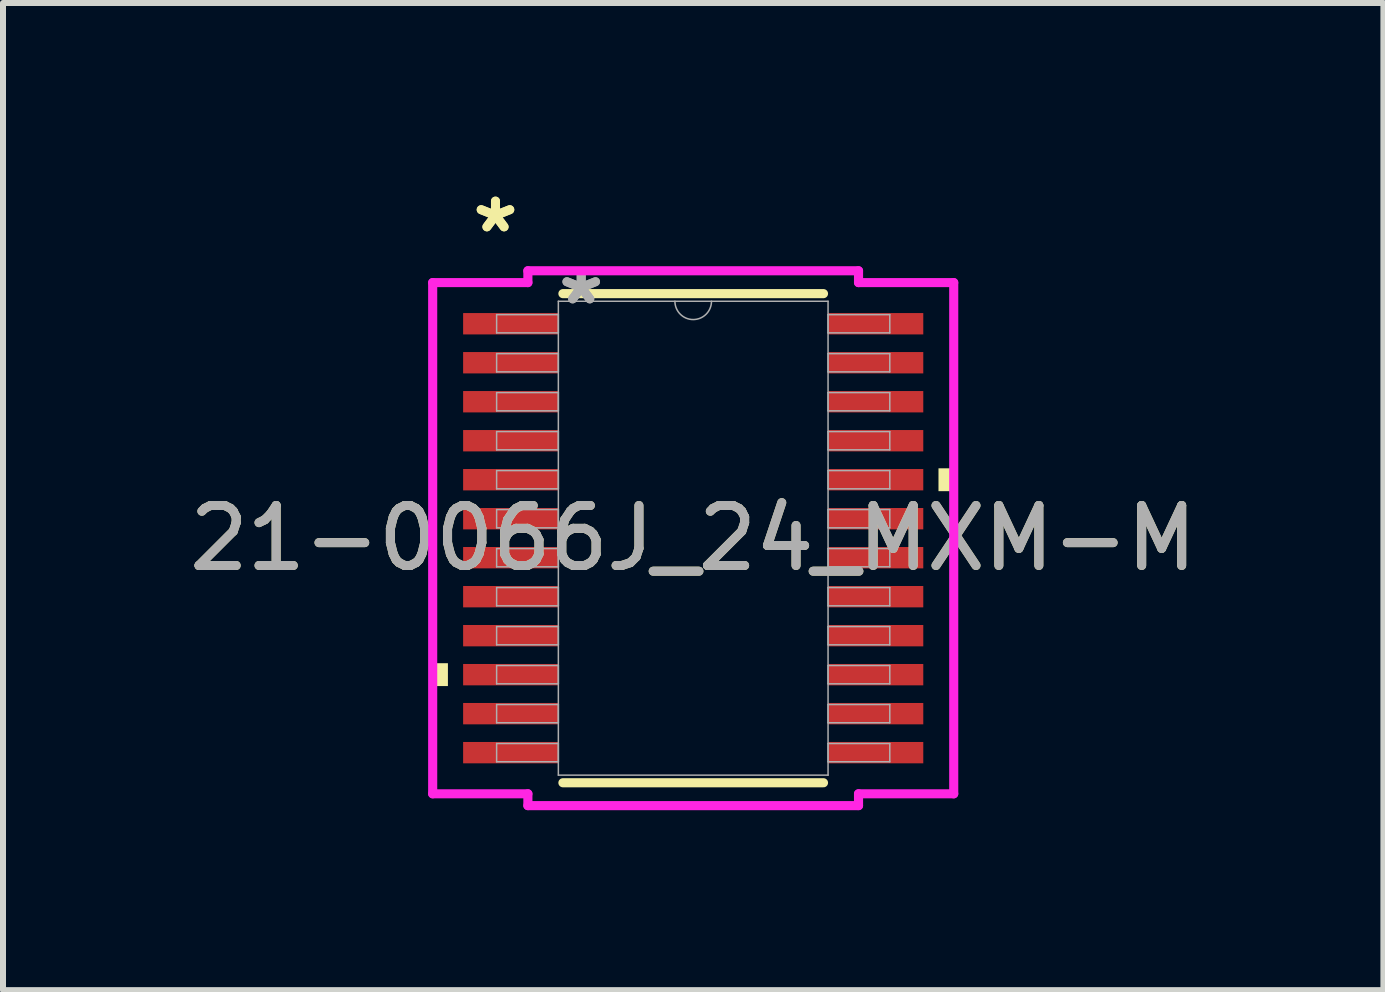
<source format=kicad_pcb>
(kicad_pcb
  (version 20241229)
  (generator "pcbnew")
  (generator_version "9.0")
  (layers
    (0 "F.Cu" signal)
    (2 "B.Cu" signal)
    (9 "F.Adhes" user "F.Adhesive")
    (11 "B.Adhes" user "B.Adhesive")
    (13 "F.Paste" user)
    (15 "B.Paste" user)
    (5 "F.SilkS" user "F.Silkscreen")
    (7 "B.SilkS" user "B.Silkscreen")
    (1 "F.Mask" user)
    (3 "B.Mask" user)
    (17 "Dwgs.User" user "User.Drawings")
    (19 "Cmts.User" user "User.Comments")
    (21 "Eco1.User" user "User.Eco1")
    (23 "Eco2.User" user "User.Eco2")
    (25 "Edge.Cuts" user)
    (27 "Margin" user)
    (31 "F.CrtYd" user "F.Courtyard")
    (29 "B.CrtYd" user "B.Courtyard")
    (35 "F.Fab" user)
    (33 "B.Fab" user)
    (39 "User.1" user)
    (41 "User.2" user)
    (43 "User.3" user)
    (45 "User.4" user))
  (footprint "21-0066J_24_MXM-M"
    (layer "F.Cu")
    (at 8.506 5.922)
    (property "Reference" "21-0066J_24_MXM-M" (at 0 0 0) (unlocked yes) (layer "F.SilkS") (effects (font (size 1 1) (thickness 0.15))))
    (attr smd)
    (fp_line (start -2.172 4.077) (end 2.172 4.077) (stroke (width 0.152) (type solid)) (layer "F.SilkS"))
    (fp_line (start 2.172 -4.077) (end -2.172 -4.077) (stroke (width 0.152) (type solid)) (layer "F.SilkS"))
    (fp_poly (pts (xy -4.343 2.084) (xy -4.343 2.465) (xy -4.089 2.465) (xy -4.089 2.084)) (stroke (width 0) (type solid)) (fill yes) (layer "F.SilkS"))
    (fp_poly (pts (xy 4.343 -1.165) (xy 4.343 -0.784) (xy 4.089 -0.784) (xy 4.089 -1.165)) (stroke (width 0) (type solid)) (fill yes) (layer "F.SilkS"))
    (fp_line (start -4.343 -4.261) (end -2.756 -4.261) (stroke (width 0.152) (type solid)) (layer "F.CrtYd"))
    (fp_line (start -4.343 4.261) (end -4.343 -4.261) (stroke (width 0.152) (type solid)) (layer "F.CrtYd"))
    (fp_line (start -4.343 4.261) (end -2.756 4.261) (stroke (width 0.152) (type solid)) (layer "F.CrtYd"))
    (fp_line (start -2.756 -4.458) (end 2.756 -4.458) (stroke (width 0.152) (type solid)) (layer "F.CrtYd"))
    (fp_line (start -2.756 -4.261) (end -2.756 -4.458) (stroke (width 0.152) (type solid)) (layer "F.CrtYd"))
    (fp_line (start -2.756 4.458) (end -2.756 4.261) (stroke (width 0.152) (type solid)) (layer "F.CrtYd"))
    (fp_line (start 2.756 -4.458) (end 2.756 -4.261) (stroke (width 0.152) (type solid)) (layer "F.CrtYd"))
    (fp_line (start 2.756 4.261) (end 2.756 4.458) (stroke (width 0.152) (type solid)) (layer "F.CrtYd"))
    (fp_line (start 2.756 4.458) (end -2.756 4.458) (stroke (width 0.152) (type solid)) (layer "F.CrtYd"))
    (fp_line (start 4.343 -4.261) (end 2.756 -4.261) (stroke (width 0.152) (type solid)) (layer "F.CrtYd"))
    (fp_line (start 4.343 -4.261) (end 4.343 4.261) (stroke (width 0.152) (type solid)) (layer "F.CrtYd"))
    (fp_line (start 4.343 4.261) (end 2.756 4.261) (stroke (width 0.152) (type solid)) (layer "F.CrtYd"))
    (fp_line (start -3.277 -3.727) (end -3.277 -3.423) (stroke (width 0.025) (type solid)) (layer "F.Fab"))
    (fp_line (start -3.277 -3.423) (end -2.248 -3.423) (stroke (width 0.025) (type solid)) (layer "F.Fab"))
    (fp_line (start -3.277 -3.077) (end -3.277 -2.773) (stroke (width 0.025) (type solid)) (layer "F.Fab"))
    (fp_line (start -3.277 -2.773) (end -2.248 -2.773) (stroke (width 0.025) (type solid)) (layer "F.Fab"))
    (fp_line (start -3.277 -2.427) (end -3.277 -2.123) (stroke (width 0.025) (type solid)) (layer "F.Fab"))
    (fp_line (start -3.277 -2.123) (end -2.248 -2.123) (stroke (width 0.025) (type solid)) (layer "F.Fab"))
    (fp_line (start -3.277 -1.777) (end -3.277 -1.473) (stroke (width 0.025) (type solid)) (layer "F.Fab"))
    (fp_line (start -3.277 -1.473) (end -2.248 -1.473) (stroke (width 0.025) (type solid)) (layer "F.Fab"))
    (fp_line (start -3.277 -1.127) (end -3.277 -0.823) (stroke (width 0.025) (type solid)) (layer "F.Fab"))
    (fp_line (start -3.277 -0.823) (end -2.248 -0.823) (stroke (width 0.025) (type solid)) (layer "F.Fab"))
    (fp_line (start -3.277 -0.477) (end -3.277 -0.173) (stroke (width 0.025) (type solid)) (layer "F.Fab"))
    (fp_line (start -3.277 -0.173) (end -2.248 -0.173) (stroke (width 0.025) (type solid)) (layer "F.Fab"))
    (fp_line (start -3.277 0.173) (end -3.277 0.477) (stroke (width 0.025) (type solid)) (layer "F.Fab"))
    (fp_line (start -3.277 0.477) (end -2.248 0.477) (stroke (width 0.025) (type solid)) (layer "F.Fab"))
    (fp_line (start -3.277 0.823) (end -3.277 1.127) (stroke (width 0.025) (type solid)) (layer "F.Fab"))
    (fp_line (start -3.277 1.127) (end -2.248 1.127) (stroke (width 0.025) (type solid)) (layer "F.Fab"))
    (fp_line (start -3.277 1.473) (end -3.277 1.777) (stroke (width 0.025) (type solid)) (layer "F.Fab"))
    (fp_line (start -3.277 1.777) (end -2.248 1.777) (stroke (width 0.025) (type solid)) (layer "F.Fab"))
    (fp_line (start -3.277 2.123) (end -3.277 2.427) (stroke (width 0.025) (type solid)) (layer "F.Fab"))
    (fp_line (start -3.277 2.427) (end -2.248 2.427) (stroke (width 0.025) (type solid)) (layer "F.Fab"))
    (fp_line (start -3.277 2.773) (end -3.277 3.077) (stroke (width 0.025) (type solid)) (layer "F.Fab"))
    (fp_line (start -3.277 3.077) (end -2.248 3.077) (stroke (width 0.025) (type solid)) (layer "F.Fab"))
    (fp_line (start -3.277 3.423) (end -3.277 3.727) (stroke (width 0.025) (type solid)) (layer "F.Fab"))
    (fp_line (start -3.277 3.727) (end -2.248 3.727) (stroke (width 0.025) (type solid)) (layer "F.Fab"))
    (fp_line (start -2.248 -3.95) (end -2.248 3.95) (stroke (width 0.025) (type solid)) (layer "F.Fab"))
    (fp_line (start -2.248 -3.727) (end -3.277 -3.727) (stroke (width 0.025) (type solid)) (layer "F.Fab"))
    (fp_line (start -2.248 -3.423) (end -2.248 -3.727) (stroke (width 0.025) (type solid)) (layer "F.Fab"))
    (fp_line (start -2.248 -3.077) (end -3.277 -3.077) (stroke (width 0.025) (type solid)) (layer "F.Fab"))
    (fp_line (start -2.248 -2.773) (end -2.248 -3.077) (stroke (width 0.025) (type solid)) (layer "F.Fab"))
    (fp_line (start -2.248 -2.427) (end -3.277 -2.427) (stroke (width 0.025) (type solid)) (layer "F.Fab"))
    (fp_line (start -2.248 -2.123) (end -2.248 -2.427) (stroke (width 0.025) (type solid)) (layer "F.Fab"))
    (fp_line (start -2.248 -1.777) (end -3.277 -1.777) (stroke (width 0.025) (type solid)) (layer "F.Fab"))
    (fp_line (start -2.248 -1.473) (end -2.248 -1.777) (stroke (width 0.025) (type solid)) (layer "F.Fab"))
    (fp_line (start -2.248 -1.127) (end -3.277 -1.127) (stroke (width 0.025) (type solid)) (layer "F.Fab"))
    (fp_line (start -2.248 -0.823) (end -2.248 -1.127) (stroke (width 0.025) (type solid)) (layer "F.Fab"))
    (fp_line (start -2.248 -0.477) (end -3.277 -0.477) (stroke (width 0.025) (type solid)) (layer "F.Fab"))
    (fp_line (start -2.248 -0.173) (end -2.248 -0.477) (stroke (width 0.025) (type solid)) (layer "F.Fab"))
    (fp_line (start -2.248 0.173) (end -3.277 0.173) (stroke (width 0.025) (type solid)) (layer "F.Fab"))
    (fp_line (start -2.248 0.477) (end -2.248 0.173) (stroke (width 0.025) (type solid)) (layer "F.Fab"))
    (fp_line (start -2.248 0.823) (end -3.277 0.823) (stroke (width 0.025) (type solid)) (layer "F.Fab"))
    (fp_line (start -2.248 1.127) (end -2.248 0.823) (stroke (width 0.025) (type solid)) (layer "F.Fab"))
    (fp_line (start -2.248 1.473) (end -3.277 1.473) (stroke (width 0.025) (type solid)) (layer "F.Fab"))
    (fp_line (start -2.248 1.777) (end -2.248 1.473) (stroke (width 0.025) (type solid)) (layer "F.Fab"))
    (fp_line (start -2.248 2.123) (end -3.277 2.123) (stroke (width 0.025) (type solid)) (layer "F.Fab"))
    (fp_line (start -2.248 2.427) (end -2.248 2.123) (stroke (width 0.025) (type solid)) (layer "F.Fab"))
    (fp_line (start -2.248 2.773) (end -3.277 2.773) (stroke (width 0.025) (type solid)) (layer "F.Fab"))
    (fp_line (start -2.248 3.077) (end -2.248 2.773) (stroke (width 0.025) (type solid)) (layer "F.Fab"))
    (fp_line (start -2.248 3.423) (end -3.277 3.423) (stroke (width 0.025) (type solid)) (layer "F.Fab"))
    (fp_line (start -2.248 3.727) (end -2.248 3.423) (stroke (width 0.025) (type solid)) (layer "F.Fab"))
    (fp_line (start -2.248 3.95) (end 2.248 3.95) (stroke (width 0.025) (type solid)) (layer "F.Fab"))
    (fp_line (start 2.248 -3.95) (end -2.248 -3.95) (stroke (width 0.025) (type solid)) (layer "F.Fab"))
    (fp_line (start 2.248 -3.727) (end 2.248 -3.423) (stroke (width 0.025) (type solid)) (layer "F.Fab"))
    (fp_line (start 2.248 -3.423) (end 3.277 -3.423) (stroke (width 0.025) (type solid)) (layer "F.Fab"))
    (fp_line (start 2.248 -3.077) (end 2.248 -2.773) (stroke (width 0.025) (type solid)) (layer "F.Fab"))
    (fp_line (start 2.248 -2.773) (end 3.277 -2.773) (stroke (width 0.025) (type solid)) (layer "F.Fab"))
    (fp_line (start 2.248 -2.427) (end 2.248 -2.123) (stroke (width 0.025) (type solid)) (layer "F.Fab"))
    (fp_line (start 2.248 -2.123) (end 3.277 -2.123) (stroke (width 0.025) (type solid)) (layer "F.Fab"))
    (fp_line (start 2.248 -1.777) (end 2.248 -1.473) (stroke (width 0.025) (type solid)) (layer "F.Fab"))
    (fp_line (start 2.248 -1.473) (end 3.277 -1.473) (stroke (width 0.025) (type solid)) (layer "F.Fab"))
    (fp_line (start 2.248 -1.127) (end 2.248 -0.823) (stroke (width 0.025) (type solid)) (layer "F.Fab"))
    (fp_line (start 2.248 -0.823) (end 3.277 -0.823) (stroke (width 0.025) (type solid)) (layer "F.Fab"))
    (fp_line (start 2.248 -0.477) (end 2.248 -0.173) (stroke (width 0.025) (type solid)) (layer "F.Fab"))
    (fp_line (start 2.248 -0.173) (end 3.277 -0.173) (stroke (width 0.025) (type solid)) (layer "F.Fab"))
    (fp_line (start 2.248 0.173) (end 2.248 0.477) (stroke (width 0.025) (type solid)) (layer "F.Fab"))
    (fp_line (start 2.248 0.477) (end 3.277 0.477) (stroke (width 0.025) (type solid)) (layer "F.Fab"))
    (fp_line (start 2.248 0.823) (end 2.248 1.127) (stroke (width 0.025) (type solid)) (layer "F.Fab"))
    (fp_line (start 2.248 1.127) (end 3.277 1.127) (stroke (width 0.025) (type solid)) (layer "F.Fab"))
    (fp_line (start 2.248 1.473) (end 2.248 1.777) (stroke (width 0.025) (type solid)) (layer "F.Fab"))
    (fp_line (start 2.248 1.777) (end 3.277 1.777) (stroke (width 0.025) (type solid)) (layer "F.Fab"))
    (fp_line (start 2.248 2.123) (end 2.248 2.427) (stroke (width 0.025) (type solid)) (layer "F.Fab"))
    (fp_line (start 2.248 2.427) (end 3.277 2.427) (stroke (width 0.025) (type solid)) (layer "F.Fab"))
    (fp_line (start 2.248 2.773) (end 2.248 3.077) (stroke (width 0.025) (type solid)) (layer "F.Fab"))
    (fp_line (start 2.248 3.077) (end 3.277 3.077) (stroke (width 0.025) (type solid)) (layer "F.Fab"))
    (fp_line (start 2.248 3.423) (end 2.248 3.727) (stroke (width 0.025) (type solid)) (layer "F.Fab"))
    (fp_line (start 2.248 3.727) (end 3.277 3.727) (stroke (width 0.025) (type solid)) (layer "F.Fab"))
    (fp_line (start 2.248 3.95) (end 2.248 -3.95) (stroke (width 0.025) (type solid)) (layer "F.Fab"))
    (fp_line (start 3.277 -3.727) (end 2.248 -3.727) (stroke (width 0.025) (type solid)) (layer "F.Fab"))
    (fp_line (start 3.277 -3.423) (end 3.277 -3.727) (stroke (width 0.025) (type solid)) (layer "F.Fab"))
    (fp_line (start 3.277 -3.077) (end 2.248 -3.077) (stroke (width 0.025) (type solid)) (layer "F.Fab"))
    (fp_line (start 3.277 -2.773) (end 3.277 -3.077) (stroke (width 0.025) (type solid)) (layer "F.Fab"))
    (fp_line (start 3.277 -2.427) (end 2.248 -2.427) (stroke (width 0.025) (type solid)) (layer "F.Fab"))
    (fp_line (start 3.277 -2.123) (end 3.277 -2.427) (stroke (width 0.025) (type solid)) (layer "F.Fab"))
    (fp_line (start 3.277 -1.777) (end 2.248 -1.777) (stroke (width 0.025) (type solid)) (layer "F.Fab"))
    (fp_line (start 3.277 -1.473) (end 3.277 -1.777) (stroke (width 0.025) (type solid)) (layer "F.Fab"))
    (fp_line (start 3.277 -1.127) (end 2.248 -1.127) (stroke (width 0.025) (type solid)) (layer "F.Fab"))
    (fp_line (start 3.277 -0.823) (end 3.277 -1.127) (stroke (width 0.025) (type solid)) (layer "F.Fab"))
    (fp_line (start 3.277 -0.477) (end 2.248 -0.477) (stroke (width 0.025) (type solid)) (layer "F.Fab"))
    (fp_line (start 3.277 -0.173) (end 3.277 -0.477) (stroke (width 0.025) (type solid)) (layer "F.Fab"))
    (fp_line (start 3.277 0.173) (end 2.248 0.173) (stroke (width 0.025) (type solid)) (layer "F.Fab"))
    (fp_line (start 3.277 0.477) (end 3.277 0.173) (stroke (width 0.025) (type solid)) (layer "F.Fab"))
    (fp_line (start 3.277 0.823) (end 2.248 0.823) (stroke (width 0.025) (type solid)) (layer "F.Fab"))
    (fp_line (start 3.277 1.127) (end 3.277 0.823) (stroke (width 0.025) (type solid)) (layer "F.Fab"))
    (fp_line (start 3.277 1.473) (end 2.248 1.473) (stroke (width 0.025) (type solid)) (layer "F.Fab"))
    (fp_line (start 3.277 1.777) (end 3.277 1.473) (stroke (width 0.025) (type solid)) (layer "F.Fab"))
    (fp_line (start 3.277 2.123) (end 2.248 2.123) (stroke (width 0.025) (type solid)) (layer "F.Fab"))
    (fp_line (start 3.277 2.427) (end 3.277 2.123) (stroke (width 0.025) (type solid)) (layer "F.Fab"))
    (fp_line (start 3.277 2.773) (end 2.248 2.773) (stroke (width 0.025) (type solid)) (layer "F.Fab"))
    (fp_line (start 3.277 3.077) (end 3.277 2.773) (stroke (width 0.025) (type solid)) (layer "F.Fab"))
    (fp_line (start 3.277 3.423) (end 2.248 3.423) (stroke (width 0.025) (type solid)) (layer "F.Fab"))
    (fp_line (start 3.277 3.727) (end 3.277 3.423) (stroke (width 0.025) (type solid)) (layer "F.Fab"))
    (fp_arc (start 0.3048 -3.9497) (mid 0 -3.6449) (end -0.3048 -3.9497) (stroke (width 0.0254) (type solid)) (layer "F.Fab"))
    (fp_text user "*" (at -3.296 -5.074 0) (layer "F.SilkS") (effects (font (size 1 1) (thickness 0.15))))
    (fp_text user "*" (at -3.296 -5.074 0) (unlocked yes) (layer "F.SilkS") (effects (font (size 1 1) (thickness 0.15))))
    (fp_text user "*" (at -1.867 -3.873 0) (layer "F.Fab") (effects (font (size 1 1) (thickness 0.15))))
    (fp_text user "*" (at -1.867 -3.873 0) (unlocked yes) (layer "F.Fab") (effects (font (size 1 1) (thickness 0.15))))
    (fp_text user "${REFERENCE}" (at 0 0 0) (unlocked yes) (layer "F.Fab") (effects (font (size 1 1) (thickness 0.15))))
    (pad "1" smd rect (at -3.042 -3.575) (size 1.587 0.356) (layers "F.Cu" "F.Mask" "F.Paste"))
    (pad "2" smd rect (at -3.042 -2.925) (size 1.587 0.356) (layers "F.Cu" "F.Mask" "F.Paste"))
    (pad "3" smd rect (at -3.042 -2.275) (size 1.587 0.356) (layers "F.Cu" "F.Mask" "F.Paste"))
    (pad "4" smd rect (at -3.042 -1.625) (size 1.587 0.356) (layers "F.Cu" "F.Mask" "F.Paste"))
    (pad "5" smd rect (at -3.042 -0.975) (size 1.587 0.356) (layers "F.Cu" "F.Mask" "F.Paste"))
    (pad "6" smd rect (at -3.042 -0.325) (size 1.587 0.356) (layers "F.Cu" "F.Mask" "F.Paste"))
    (pad "7" smd rect (at -3.042 0.325) (size 1.587 0.356) (layers "F.Cu" "F.Mask" "F.Paste"))
    (pad "8" smd rect (at -3.042 0.975) (size 1.587 0.356) (layers "F.Cu" "F.Mask" "F.Paste"))
    (pad "9" smd rect (at -3.042 1.625) (size 1.587 0.356) (layers "F.Cu" "F.Mask" "F.Paste"))
    (pad "10" smd rect (at -3.042 2.275) (size 1.587 0.356) (layers "F.Cu" "F.Mask" "F.Paste"))
    (pad "11" smd rect (at -3.042 2.925) (size 1.587 0.356) (layers "F.Cu" "F.Mask" "F.Paste"))
    (pad "12" smd rect (at -3.042 3.575) (size 1.587 0.356) (layers "F.Cu" "F.Mask" "F.Paste"))
    (pad "13" smd rect (at 3.042 3.575) (size 1.587 0.356) (layers "F.Cu" "F.Mask" "F.Paste"))
    (pad "14" smd rect (at 3.042 2.925) (size 1.587 0.356) (layers "F.Cu" "F.Mask" "F.Paste"))
    (pad "15" smd rect (at 3.042 2.275) (size 1.587 0.356) (layers "F.Cu" "F.Mask" "F.Paste"))
    (pad "16" smd rect (at 3.042 1.625) (size 1.587 0.356) (layers "F.Cu" "F.Mask" "F.Paste"))
    (pad "17" smd rect (at 3.042 0.975) (size 1.587 0.356) (layers "F.Cu" "F.Mask" "F.Paste"))
    (pad "18" smd rect (at 3.042 0.325) (size 1.587 0.356) (layers "F.Cu" "F.Mask" "F.Paste"))
    (pad "19" smd rect (at 3.042 -0.325) (size 1.587 0.356) (layers "F.Cu" "F.Mask" "F.Paste"))
    (pad "20" smd rect (at 3.042 -0.975) (size 1.587 0.356) (layers "F.Cu" "F.Mask" "F.Paste"))
    (pad "21" smd rect (at 3.042 -1.625) (size 1.587 0.356) (layers "F.Cu" "F.Mask" "F.Paste"))
    (pad "22" smd rect (at 3.042 -2.275) (size 1.587 0.356) (layers "F.Cu" "F.Mask" "F.Paste"))
    (pad "23" smd rect (at 3.042 -2.925) (size 1.587 0.356) (layers "F.Cu" "F.Mask" "F.Paste"))
    (pad "24" smd rect (at 3.042 -3.575) (size 1.587 0.356) (layers "F.Cu" "F.Mask" "F.Paste")))
  (gr_rect
    (start -3 -3)
    (end 20.012 13.456)
    (stroke (width 0.1) (type default))
    (fill no)
    (layer "Edge.Cuts")))
</source>
